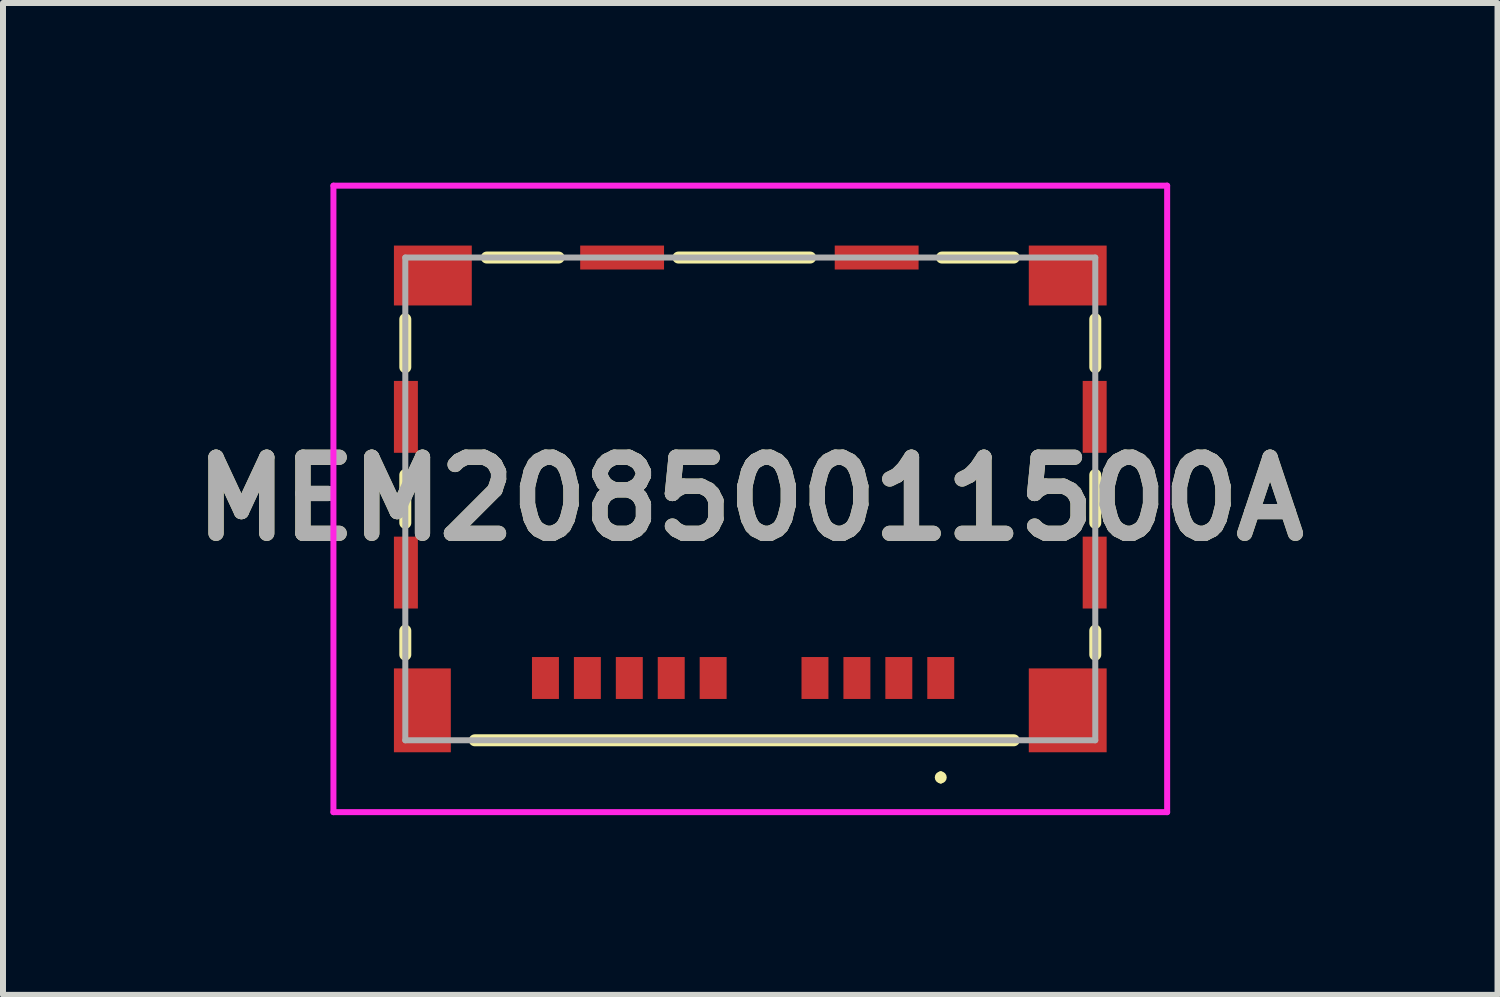
<source format=kicad_pcb>
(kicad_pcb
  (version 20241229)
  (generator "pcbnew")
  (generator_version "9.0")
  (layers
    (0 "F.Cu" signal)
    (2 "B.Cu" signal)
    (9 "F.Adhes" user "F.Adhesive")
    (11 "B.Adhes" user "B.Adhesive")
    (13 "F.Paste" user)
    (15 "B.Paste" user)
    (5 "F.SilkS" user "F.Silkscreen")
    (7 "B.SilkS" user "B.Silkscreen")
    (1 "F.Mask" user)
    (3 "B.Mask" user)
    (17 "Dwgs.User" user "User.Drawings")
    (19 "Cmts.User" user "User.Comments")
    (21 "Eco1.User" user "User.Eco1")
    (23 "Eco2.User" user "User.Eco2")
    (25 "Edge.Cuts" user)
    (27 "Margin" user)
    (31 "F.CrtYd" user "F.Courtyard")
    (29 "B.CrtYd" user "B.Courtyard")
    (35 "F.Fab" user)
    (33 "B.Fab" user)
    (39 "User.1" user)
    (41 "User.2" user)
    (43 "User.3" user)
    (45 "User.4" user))
  (footprint "MEM20850011500A"
    (layer "F.Cu")
    (at 9.477 5.28)
    (property "Reference" "MEM20850011500A" (at 0 0 0) (layer "F.SilkS") (effects (font (size 1.27 1.27) (thickness 0.254))))
    (attr smd)
    (fp_line (start -5.76 -3) (end -5.76 -2.2) (stroke (width 0.2) (type solid)) (layer "F.SilkS"))
    (fp_line (start -5.76 -0.4) (end -5.76 0.4) (stroke (width 0.2) (type solid)) (layer "F.SilkS"))
    (fp_line (start -5.76 2.2) (end -5.76 2.6) (stroke (width 0.2) (type solid)) (layer "F.SilkS"))
    (fp_line (start -4.6 4.03) (end 4.4 4.03) (stroke (width 0.2) (type solid)) (layer "F.SilkS"))
    (fp_line (start -4.4 -4.03) (end -3.2 -4.03) (stroke (width 0.2) (type solid)) (layer "F.SilkS"))
    (fp_line (start -1.2 -4.03) (end 1 -4.03) (stroke (width 0.2) (type solid)) (layer "F.SilkS"))
    (fp_line (start 3.18 4.6) (end 3.18 4.6) (stroke (width 0.1) (type solid)) (layer "F.SilkS"))
    (fp_line (start 3.18 4.7) (end 3.18 4.7) (stroke (width 0.1) (type solid)) (layer "F.SilkS"))
    (fp_line (start 3.2 -4.03) (end 4.4 -4.03) (stroke (width 0.2) (type solid)) (layer "F.SilkS"))
    (fp_line (start 5.76 -3) (end 5.76 -2.2) (stroke (width 0.2) (type solid)) (layer "F.SilkS"))
    (fp_line (start 5.76 0.4) (end 5.76 -0.4) (stroke (width 0.2) (type solid)) (layer "F.SilkS"))
    (fp_line (start 5.76 2.6) (end 5.76 2.2) (stroke (width 0.2) (type solid)) (layer "F.SilkS"))
    (fp_arc (start 3.18 4.6) (mid 3.23 4.65) (end 3.18 4.7) (stroke (width 0.1) (type solid)) (layer "F.SilkS"))
    (fp_arc (start 3.18 4.7) (mid 3.13 4.65) (end 3.18 4.6) (stroke (width 0.1) (type solid)) (layer "F.SilkS"))
    (fp_line (start -6.96 -5.23) (end 6.96 -5.23) (stroke (width 0.1) (type solid)) (layer "F.CrtYd"))
    (fp_line (start -6.96 5.23) (end -6.96 -5.23) (stroke (width 0.1) (type solid)) (layer "F.CrtYd"))
    (fp_line (start 6.96 -5.23) (end 6.96 5.23) (stroke (width 0.1) (type solid)) (layer "F.CrtYd"))
    (fp_line (start 6.96 5.23) (end -6.96 5.23) (stroke (width 0.1) (type solid)) (layer "F.CrtYd"))
    (fp_line (start -5.76 -4.03) (end -5.76 4.03) (stroke (width 0.1) (type solid)) (layer "F.Fab"))
    (fp_line (start -5.76 4.03) (end 5.76 4.03) (stroke (width 0.1) (type solid)) (layer "F.Fab"))
    (fp_line (start 5.76 -4.03) (end -5.76 -4.03) (stroke (width 0.1) (type solid)) (layer "F.Fab"))
    (fp_line (start 5.76 4.03) (end 5.76 -4.03) (stroke (width 0.1) (type solid)) (layer "F.Fab"))
    (fp_text user "${REFERENCE}" (at 0 0 0) (layer "F.Fab") (effects (font (size 1.27 1.27) (thickness 0.254))))
    (pad "CD1" smd rect (at -2.02 2.99) (size 0.45 0.7) (layers "F.Cu" "F.Mask" "F.Paste"))
    (pad "G1" smd rect (at 5.3 3.53) (size 1.3 1.4) (layers "F.Cu" "F.Mask" "F.Paste"))
    (pad "G2" smd rect (at -5.475 3.53) (size 0.95 1.4) (layers "F.Cu" "F.Mask" "F.Paste"))
    (pad "G3" smd rect (at 5.75 1.23) (size 0.4 1.2) (layers "F.Cu" "F.Mask" "F.Paste"))
    (pad "G4" smd rect (at -5.75 1.23) (size 0.4 1.2) (layers "F.Cu" "F.Mask" "F.Paste"))
    (pad "G5" smd rect (at 5.75 -1.37) (size 0.4 1.2) (layers "F.Cu" "F.Mask" "F.Paste"))
    (pad "G6" smd rect (at -5.75 -1.37) (size 0.4 1.2) (layers "F.Cu" "F.Mask" "F.Paste"))
    (pad "G7" smd rect (at 5.3 -3.73 90) (size 1 1.3) (layers "F.Cu" "F.Mask" "F.Paste"))
    (pad "G8" smd rect (at 2.11 -4.03 90) (size 0.4 1.4) (layers "F.Cu" "F.Mask" "F.Paste"))
    (pad "G9" smd rect (at -2.14 -4.03 90) (size 0.4 1.4) (layers "F.Cu" "F.Mask" "F.Paste"))
    (pad "G10" smd rect (at -5.3 -3.73 90) (size 1 1.3) (layers "F.Cu" "F.Mask" "F.Paste"))
    (pad "P1" smd rect (at 3.18 2.99) (size 0.45 0.7) (layers "F.Cu" "F.Mask" "F.Paste"))
    (pad "P2" smd rect (at 2.48 2.99) (size 0.45 0.7) (layers "F.Cu" "F.Mask" "F.Paste"))
    (pad "P3" smd rect (at 1.78 2.99) (size 0.45 0.7) (layers "F.Cu" "F.Mask" "F.Paste"))
    (pad "P4" smd rect (at 1.08 2.99) (size 0.45 0.7) (layers "F.Cu" "F.Mask" "F.Paste"))
    (pad "P5" smd rect (at -0.62 2.99) (size 0.45 0.7) (layers "F.Cu" "F.Mask" "F.Paste"))
    (pad "P6" smd rect (at -1.32 2.99) (size 0.45 0.7) (layers "F.Cu" "F.Mask" "F.Paste"))
    (pad "P7" smd rect (at -2.72 2.99) (size 0.45 0.7) (layers "F.Cu" "F.Mask" "F.Paste"))
    (pad "P8" smd rect (at -3.42 2.99) (size 0.45 0.7) (layers "F.Cu" "F.Mask" "F.Paste")))
  (gr_rect
    (start -3 -3)
    (end 21.953 13.56)
    (stroke (width 0.1) (type default))
    (fill no)
    (layer "Edge.Cuts")))
</source>
